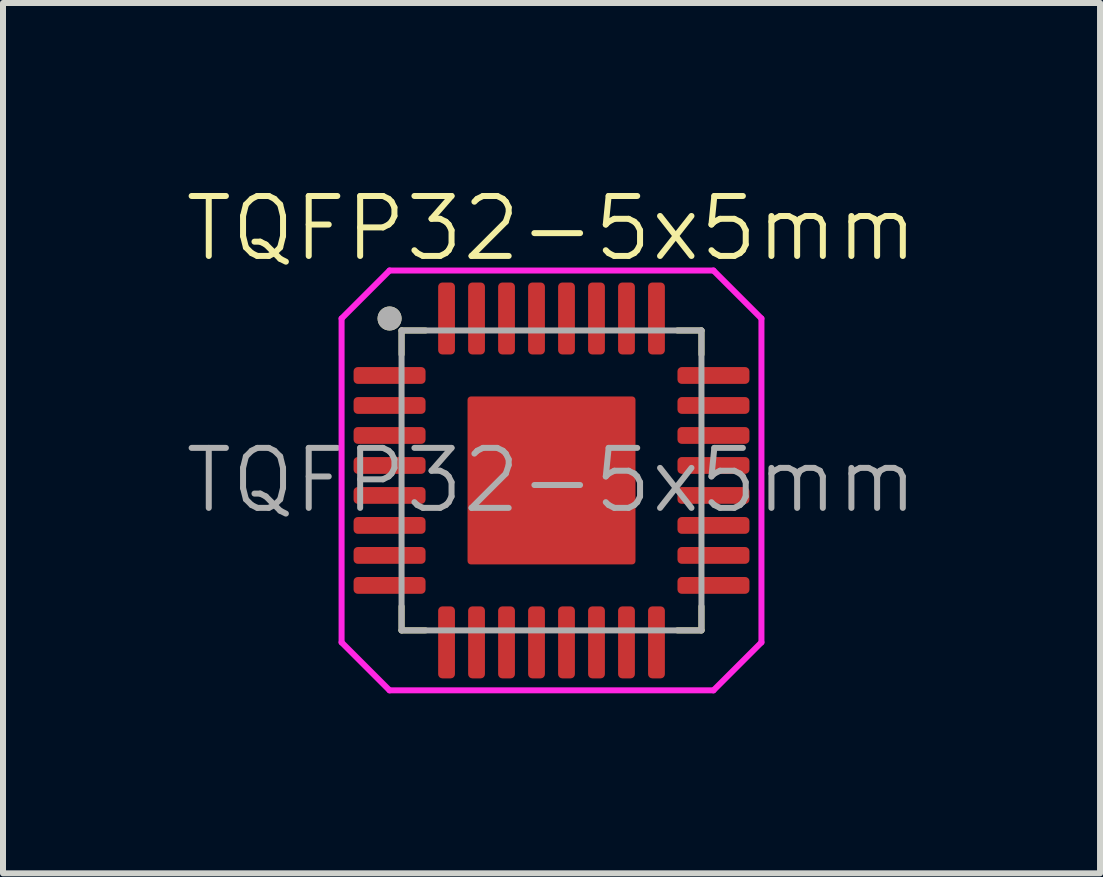
<source format=kicad_pcb>
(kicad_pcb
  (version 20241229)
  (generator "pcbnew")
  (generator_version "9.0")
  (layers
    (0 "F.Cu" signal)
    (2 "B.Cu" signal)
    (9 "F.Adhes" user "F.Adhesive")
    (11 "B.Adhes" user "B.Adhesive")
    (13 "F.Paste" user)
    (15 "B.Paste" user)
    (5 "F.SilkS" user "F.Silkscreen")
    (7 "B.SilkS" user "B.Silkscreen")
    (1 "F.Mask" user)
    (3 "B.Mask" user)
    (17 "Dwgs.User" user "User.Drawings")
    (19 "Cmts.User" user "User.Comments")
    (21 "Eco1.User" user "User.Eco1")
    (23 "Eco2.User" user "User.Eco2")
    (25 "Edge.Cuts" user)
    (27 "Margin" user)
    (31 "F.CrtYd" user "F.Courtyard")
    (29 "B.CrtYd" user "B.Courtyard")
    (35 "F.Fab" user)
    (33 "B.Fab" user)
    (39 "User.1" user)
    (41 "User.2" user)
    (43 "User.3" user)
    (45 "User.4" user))
  (footprint "TQFP32-5x5mm"
    (layer "F.Cu")
    (at 6.145 4.96)
    (property "Reference" "TQFP32-5x5mm" (at 0 -4.2 0) (layer "F.SilkS") (effects (font (size 1 1) (thickness 0.1))))
    (attr through_hole)
    (fp_line (start -2.5 -2.5) (end -2.5 -2.1) (stroke (width 0.1) (type solid)) (layer "F.SilkS"))
    (fp_line (start -2.5 -2.5) (end -2.1 -2.5) (stroke (width 0.1) (type solid)) (layer "F.SilkS"))
    (fp_line (start -2.5 2.5) (end -2.5 2.1) (stroke (width 0.1) (type solid)) (layer "F.SilkS"))
    (fp_line (start -2.1 2.5) (end -2.5 2.5) (stroke (width 0.1) (type solid)) (layer "F.SilkS"))
    (fp_line (start 2.1 -2.5) (end 2.5 -2.5) (stroke (width 0.1) (type solid)) (layer "F.SilkS"))
    (fp_line (start 2.5 -2.1) (end 2.5 -2.5) (stroke (width 0.1) (type solid)) (layer "F.SilkS"))
    (fp_line (start 2.5 2.5) (end 2.1 2.5) (stroke (width 0.1) (type solid)) (layer "F.SilkS"))
    (fp_line (start 2.5 2.5) (end 2.5 2.1) (stroke (width 0.1) (type solid)) (layer "F.SilkS"))
    (fp_circle (center -2.7 -2.7) (end -2.7 -2.8) (stroke (width 0.2) (type solid)) (fill no) (layer "F.SilkS"))
    (fp_poly (pts (xy -1.3 -1.3) (xy -0.7 -1.3) (xy -0.7 -0.7) (xy -1.3 -0.7)) (stroke (width 0.15) (type solid)) (fill yes) (layer "F.Paste"))
    (fp_poly (pts (xy -1.3 -0.3) (xy -0.7 -0.3) (xy -0.7 0.3) (xy -1.3 0.3)) (stroke (width 0.15) (type solid)) (fill yes) (layer "F.Paste"))
    (fp_poly (pts (xy -1.3 0.7) (xy -0.7 0.7) (xy -0.7 1.3) (xy -1.3 1.3)) (stroke (width 0.15) (type solid)) (fill yes) (layer "F.Paste"))
    (fp_poly (pts (xy -0.3 -1.3) (xy 0.3 -1.3) (xy 0.3 -0.7) (xy -0.3 -0.7)) (stroke (width 0.15) (type solid)) (fill yes) (layer "F.Paste"))
    (fp_poly (pts (xy -0.3 -0.3) (xy 0.3 -0.3) (xy 0.3 0.3) (xy -0.3 0.3)) (stroke (width 0.15) (type solid)) (fill yes) (layer "F.Paste"))
    (fp_poly (pts (xy -0.3 0.7) (xy 0.3 0.7) (xy 0.3 1.3) (xy -0.3 1.3)) (stroke (width 0.15) (type solid)) (fill yes) (layer "F.Paste"))
    (fp_poly (pts (xy 0.7 -1.3) (xy 1.3 -1.3) (xy 1.3 -0.7) (xy 0.7 -0.7)) (stroke (width 0.15) (type solid)) (fill yes) (layer "F.Paste"))
    (fp_poly (pts (xy 0.7 -0.3) (xy 1.3 -0.3) (xy 1.3 0.3) (xy 0.7 0.3)) (stroke (width 0.15) (type solid)) (fill yes) (layer "F.Paste"))
    (fp_poly (pts (xy 0.7 0.7) (xy 1.3 0.7) (xy 1.3 1.3) (xy 0.7 1.3)) (stroke (width 0.15) (type solid)) (fill yes) (layer "F.Paste"))
    (fp_line (start -3.5 -2.7) (end -2.7 -3.5) (stroke (width 0.1) (type solid)) (layer "F.CrtYd"))
    (fp_line (start -3.5 2.7) (end -3.5 -2.7) (stroke (width 0.1) (type solid)) (layer "F.CrtYd"))
    (fp_line (start -2.7 -3.5) (end 2.7 -3.5) (stroke (width 0.1) (type solid)) (layer "F.CrtYd"))
    (fp_line (start -2.7 3.5) (end -3.5 2.7) (stroke (width 0.1) (type solid)) (layer "F.CrtYd"))
    (fp_line (start 2.7 3.5) (end -2.7 3.5) (stroke (width 0.1) (type solid)) (layer "F.CrtYd"))
    (fp_line (start 2.7 3.5) (end 3.5 2.7) (stroke (width 0.1) (type solid)) (layer "F.CrtYd"))
    (fp_line (start 3.5 -2.7) (end 2.7 -3.5) (stroke (width 0.1) (type solid)) (layer "F.CrtYd"))
    (fp_line (start 3.5 -2.7) (end 3.5 2.7) (stroke (width 0.1) (type solid)) (layer "F.CrtYd"))
    (fp_line (start -2.5 -2.5) (end -2.5 2.5) (stroke (width 0.1) (type solid)) (layer "F.Fab"))
    (fp_line (start -2.5 2.5) (end 2.5 2.5) (stroke (width 0.1) (type solid)) (layer "F.Fab"))
    (fp_line (start 2.5 -2.5) (end -2.5 -2.5) (stroke (width 0.1) (type solid)) (layer "F.Fab"))
    (fp_line (start 2.5 2.5) (end 2.5 -2.5) (stroke (width 0.1) (type solid)) (layer "F.Fab"))
    (fp_circle (center -2.7 -2.7) (end -2.7 -2.8) (stroke (width 0.2) (type solid)) (fill no) (layer "F.Fab"))
    (fp_text user "${REFERENCE}" (at 0 0 0) (layer "F.Fab") (effects (font (size 1 1) (thickness 0.1))))
    (pad "1" smd roundrect (at -2.7 -1.75) (size 1.2 0.28) (layers "F.Cu" "F.Mask" "F.Paste") (roundrect_rratio 0.25))
    (pad "2" smd roundrect (at -2.7 -1.25) (size 1.2 0.28) (layers "F.Cu" "F.Mask" "F.Paste") (roundrect_rratio 0.25))
    (pad "3" smd roundrect (at -2.7 -0.75) (size 1.2 0.28) (layers "F.Cu" "F.Mask" "F.Paste") (roundrect_rratio 0.25))
    (pad "4" smd roundrect (at -2.7 -0.25) (size 1.2 0.28) (layers "F.Cu" "F.Mask" "F.Paste") (roundrect_rratio 0.25))
    (pad "5" smd roundrect (at -2.7 0.25) (size 1.2 0.28) (layers "F.Cu" "F.Mask" "F.Paste") (roundrect_rratio 0.25))
    (pad "6" smd roundrect (at -2.7 0.75) (size 1.2 0.28) (layers "F.Cu" "F.Mask" "F.Paste") (roundrect_rratio 0.25))
    (pad "7" smd roundrect (at -2.7 1.25) (size 1.2 0.28) (layers "F.Cu" "F.Mask" "F.Paste") (roundrect_rratio 0.25))
    (pad "8" smd roundrect (at -2.7 1.75) (size 1.2 0.28) (layers "F.Cu" "F.Mask" "F.Paste") (roundrect_rratio 0.25))
    (pad "9" smd roundrect (at -1.75 2.7 90) (size 1.2 0.28) (layers "F.Cu" "F.Mask" "F.Paste") (roundrect_rratio 0.25))
    (pad "10" smd roundrect (at -1.25 2.7 90) (size 1.2 0.28) (layers "F.Cu" "F.Mask" "F.Paste") (roundrect_rratio 0.25))
    (pad "11" smd roundrect (at -0.75 2.7 90) (size 1.2 0.28) (layers "F.Cu" "F.Mask" "F.Paste") (roundrect_rratio 0.25))
    (pad "12" smd roundrect (at -0.25 2.7 90) (size 1.2 0.28) (layers "F.Cu" "F.Mask" "F.Paste") (roundrect_rratio 0.25))
    (pad "13" smd roundrect (at 0.25 2.7 90) (size 1.2 0.28) (layers "F.Cu" "F.Mask" "F.Paste") (roundrect_rratio 0.25))
    (pad "14" smd roundrect (at 0.75 2.7 90) (size 1.2 0.28) (layers "F.Cu" "F.Mask" "F.Paste") (roundrect_rratio 0.25))
    (pad "15" smd roundrect (at 1.25 2.7 90) (size 1.2 0.28) (layers "F.Cu" "F.Mask" "F.Paste") (roundrect_rratio 0.25))
    (pad "16" smd roundrect (at 1.75 2.7 90) (size 1.2 0.28) (layers "F.Cu" "F.Mask" "F.Paste") (roundrect_rratio 0.25))
    (pad "17" smd roundrect (at 2.7 1.75 180) (size 1.2 0.28) (layers "F.Cu" "F.Mask" "F.Paste") (roundrect_rratio 0.25))
    (pad "18" smd roundrect (at 2.7 1.25 180) (size 1.2 0.28) (layers "F.Cu" "F.Mask" "F.Paste") (roundrect_rratio 0.25))
    (pad "19" smd roundrect (at 2.7 0.75 180) (size 1.2 0.28) (layers "F.Cu" "F.Mask" "F.Paste") (roundrect_rratio 0.25))
    (pad "20" smd roundrect (at 2.7 0.25 180) (size 1.2 0.28) (layers "F.Cu" "F.Mask" "F.Paste") (roundrect_rratio 0.25))
    (pad "21" smd roundrect (at 2.7 -0.25 180) (size 1.2 0.28) (layers "F.Cu" "F.Mask" "F.Paste") (roundrect_rratio 0.25))
    (pad "22" smd roundrect (at 2.7 -0.75 180) (size 1.2 0.28) (layers "F.Cu" "F.Mask" "F.Paste") (roundrect_rratio 0.25))
    (pad "23" smd roundrect (at 2.7 -1.25 180) (size 1.2 0.28) (layers "F.Cu" "F.Mask" "F.Paste") (roundrect_rratio 0.25))
    (pad "24" smd roundrect (at 2.7 -1.75 180) (size 1.2 0.28) (layers "F.Cu" "F.Mask" "F.Paste") (roundrect_rratio 0.25))
    (pad "25" smd roundrect (at 1.75 -2.7 90) (size 1.2 0.28) (layers "F.Cu" "F.Mask" "F.Paste") (roundrect_rratio 0.25))
    (pad "26" smd roundrect (at 1.25 -2.7 90) (size 1.2 0.28) (layers "F.Cu" "F.Mask" "F.Paste") (roundrect_rratio 0.25))
    (pad "27" smd roundrect (at 0.75 -2.7 90) (size 1.2 0.28) (layers "F.Cu" "F.Mask" "F.Paste") (roundrect_rratio 0.25))
    (pad "28" smd roundrect (at 0.25 -2.7 90) (size 1.2 0.28) (layers "F.Cu" "F.Mask" "F.Paste") (roundrect_rratio 0.25))
    (pad "29" smd roundrect (at -0.25 -2.7 90) (size 1.2 0.28) (layers "F.Cu" "F.Mask" "F.Paste") (roundrect_rratio 0.25))
    (pad "30" smd roundrect (at -0.75 -2.7 90) (size 1.2 0.28) (layers "F.Cu" "F.Mask" "F.Paste") (roundrect_rratio 0.25))
    (pad "31" smd roundrect (at -1.25 -2.7 90) (size 1.2 0.28) (layers "F.Cu" "F.Mask" "F.Paste") (roundrect_rratio 0.25))
    (pad "32" smd roundrect (at -1.75 -2.7 90) (size 1.2 0.28) (layers "F.Cu" "F.Mask" "F.Paste") (roundrect_rratio 0.25))
    (pad "33" smd roundrect (at 0 0 90) (size 2.8 2.8) (layers "F.Cu" "F.Mask") (roundrect_rratio 0.02)))
  (gr_rect
    (start -3 -3)
    (end 15.29 11.511)
    (stroke (width 0.1) (type default))
    (fill no)
    (layer "Edge.Cuts")))
</source>
